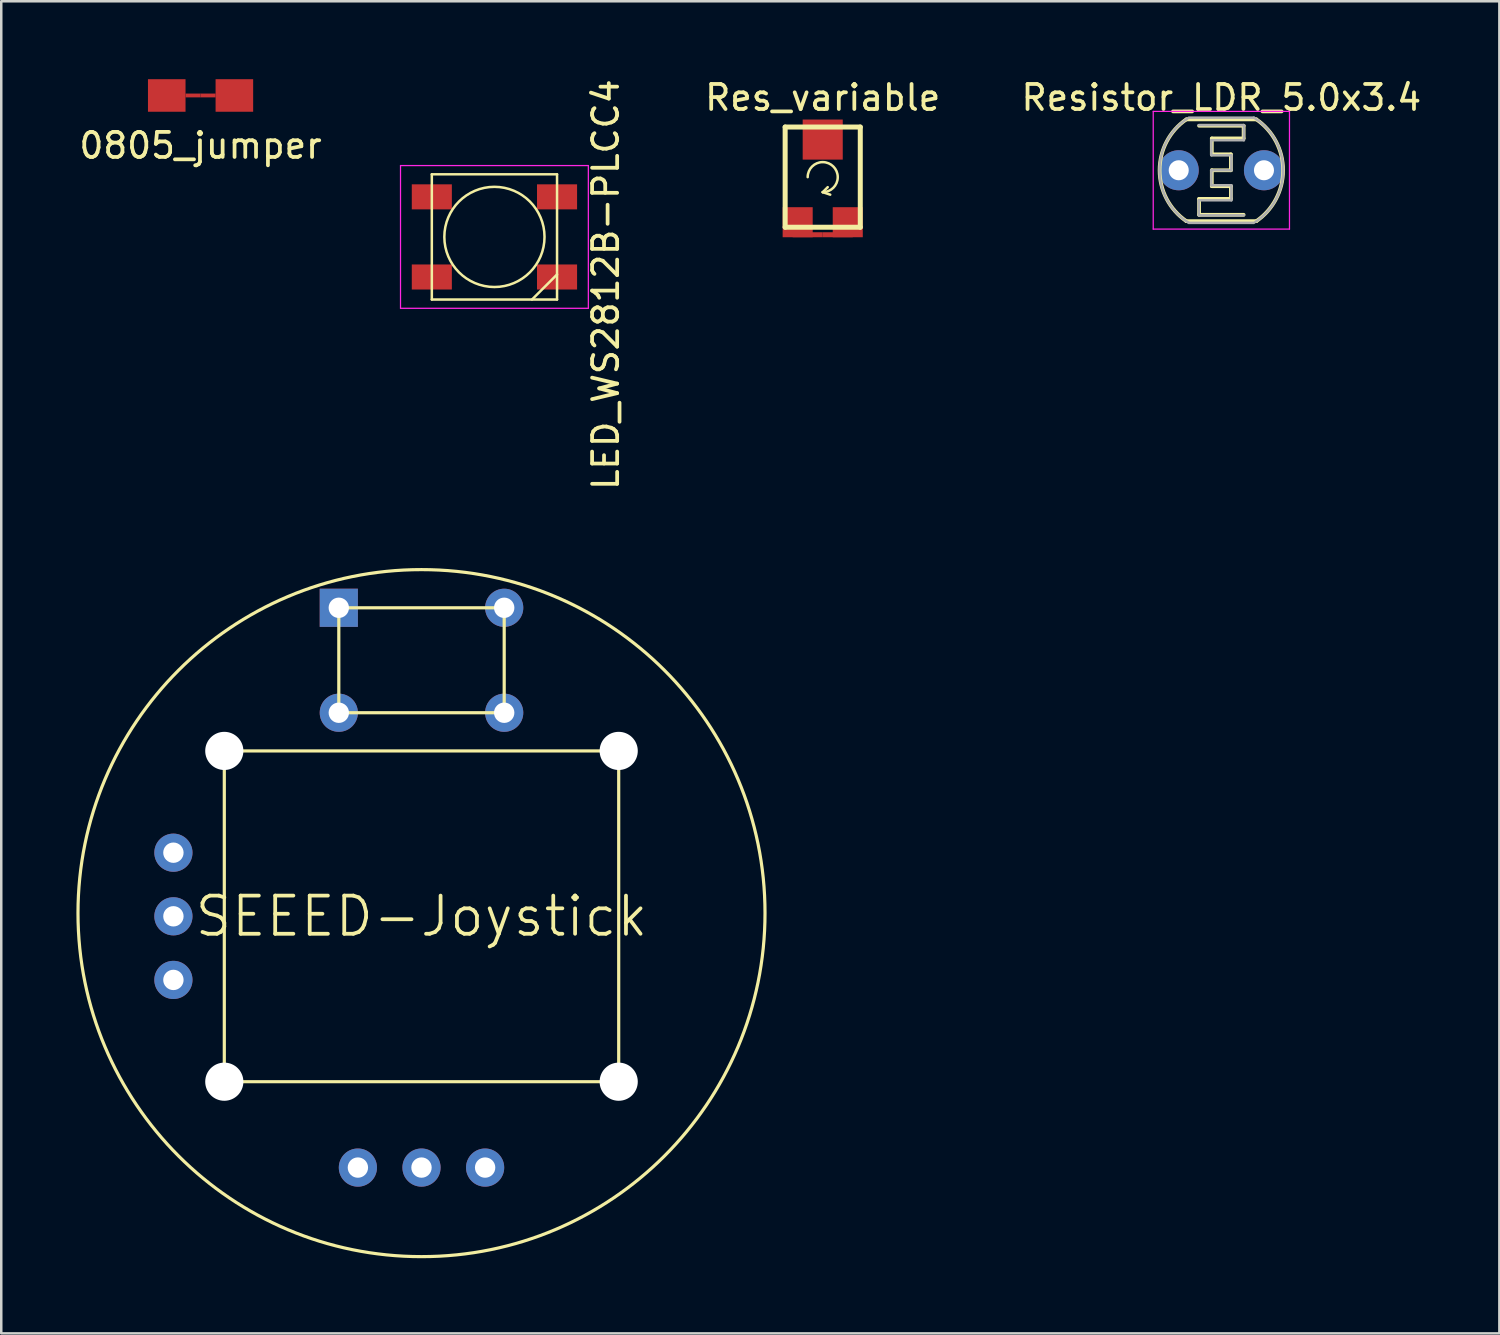
<source format=kicad_pcb>
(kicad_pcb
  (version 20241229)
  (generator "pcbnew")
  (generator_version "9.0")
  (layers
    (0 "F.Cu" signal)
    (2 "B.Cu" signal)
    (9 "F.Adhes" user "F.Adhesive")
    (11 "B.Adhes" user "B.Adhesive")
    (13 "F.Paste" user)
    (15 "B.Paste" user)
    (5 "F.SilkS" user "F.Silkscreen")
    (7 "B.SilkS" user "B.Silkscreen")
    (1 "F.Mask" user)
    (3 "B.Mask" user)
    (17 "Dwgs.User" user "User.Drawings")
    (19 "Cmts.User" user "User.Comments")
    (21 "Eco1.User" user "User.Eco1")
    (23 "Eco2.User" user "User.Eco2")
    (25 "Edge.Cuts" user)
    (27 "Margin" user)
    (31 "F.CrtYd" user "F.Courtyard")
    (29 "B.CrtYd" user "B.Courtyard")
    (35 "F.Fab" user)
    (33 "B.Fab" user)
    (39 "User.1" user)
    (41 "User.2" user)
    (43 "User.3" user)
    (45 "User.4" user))
  (footprint "Res_variable"
    (layer "F.Cu")
    (at 29.8 4.023)
    (property "Reference" "Res_variable" (at 0 -3.175 0) (layer "F.SilkS") (effects (font (size 1 1) (thickness 0.15))))
    (attr through_hole)
    (fp_line (start -1.5 -2) (end 1.5 -2) (stroke (width 0.2) (type solid)) (layer "F.SilkS"))
    (fp_line (start -1.5 2) (end -1.5 -2) (stroke (width 0.2) (type solid)) (layer "F.SilkS"))
    (fp_line (start 0 0.6) (end 0.2 0.4) (stroke (width 0.1) (type solid)) (layer "F.SilkS"))
    (fp_line (start 0 0.6) (end 0.3 0.7) (stroke (width 0.1) (type solid)) (layer "F.SilkS"))
    (fp_line (start 1.5 -2) (end 1.5 2) (stroke (width 0.2) (type solid)) (layer "F.SilkS"))
    (fp_line (start 1.5 2) (end -1.5 2) (stroke (width 0.2) (type solid)) (layer "F.SilkS"))
    (fp_arc (start -0.6 0) (mid 0.424264 -0.424264) (end 0 0.6) (stroke (width 0.1) (type solid)) (layer "F.SilkS"))
    (pad "1" smd rect (at -1 1.8) (size 1.2 1.2) (layers "F.Cu" "F.Mask" "F.Paste"))
    (pad "1" smd rect (at -0.6 2.3) (size 1.2 0.2) (layers "F.Cu" "F.Mask" "F.Paste"))
    (pad "2" smd rect (at 0.6 2.3) (size 1.2 0.2) (layers "F.Cu" "F.Mask" "F.Paste"))
    (pad "2" smd rect (at 1 1.8) (size 1.2 1.2) (layers "F.Cu" "F.Mask" "F.Paste"))
    (pad "3" smd rect (at 0 -1.5) (size 1.6 1.6) (layers "F.Cu" "F.Mask" "F.Paste")))
  (footprint "Resistor_LDR_5.0x3.4"
    (layer "F.Cu")
    (at 45.717 3.748)
    (property "Reference" "Resistor_LDR_5.0x3.4" (at 0 -2.9 0) (layer "F.SilkS") (effects (font (size 1 1) (thickness 0.15))))
    (attr through_hole)
    (fp_line (start -1.397 -2.032) (end 1.397 -2.032) (stroke (width 0.15) (type solid)) (layer "F.SilkS"))
    (fp_line (start -0.889 -1.778) (end 0.889 -1.778) (stroke (width 0.15) (type solid)) (layer "F.SilkS"))
    (fp_line (start -0.889 1.143) (end -0.889 1.778) (stroke (width 0.15) (type solid)) (layer "F.SilkS"))
    (fp_line (start -0.889 1.778) (end 0.889 1.778) (stroke (width 0.15) (type solid)) (layer "F.SilkS"))
    (fp_line (start -0.381 -1.27) (end -0.381 -0.635) (stroke (width 0.15) (type solid)) (layer "F.SilkS"))
    (fp_line (start -0.381 -0.635) (end 0.381 -0.635) (stroke (width 0.15) (type solid)) (layer "F.SilkS"))
    (fp_line (start -0.381 0) (end -0.381 0.635) (stroke (width 0.15) (type solid)) (layer "F.SilkS"))
    (fp_line (start -0.381 0.635) (end 0.381 0.635) (stroke (width 0.15) (type solid)) (layer "F.SilkS"))
    (fp_line (start 0.381 -0.635) (end 0.381 0) (stroke (width 0.15) (type solid)) (layer "F.SilkS"))
    (fp_line (start 0.381 0) (end -0.381 0) (stroke (width 0.15) (type solid)) (layer "F.SilkS"))
    (fp_line (start 0.381 0.635) (end 0.381 1.143) (stroke (width 0.15) (type solid)) (layer "F.SilkS"))
    (fp_line (start 0.381 1.143) (end -0.889 1.143) (stroke (width 0.15) (type solid)) (layer "F.SilkS"))
    (fp_line (start 0.889 -1.778) (end 0.889 -1.27) (stroke (width 0.15) (type solid)) (layer "F.SilkS"))
    (fp_line (start 0.889 -1.27) (end -0.381 -1.27) (stroke (width 0.15) (type solid)) (layer "F.SilkS"))
    (fp_line (start 1.397 2.032) (end -1.397 2.032) (stroke (width 0.15) (type solid)) (layer "F.SilkS"))
    (fp_arc (start -1.397 2.032) (mid -2.465894 0) (end -1.397 -2.032) (stroke (width 0.15) (type solid)) (layer "F.SilkS"))
    (fp_arc (start 1.397 -2.032) (mid 2.465894 0) (end 1.397 2.032) (stroke (width 0.15) (type solid)) (layer "F.SilkS"))
    (fp_line (start -2.72 -2.35) (end -2.72 2.35) (stroke (width 0.05) (type solid)) (layer "F.CrtYd"))
    (fp_line (start -2.72 -2.35) (end 2.72 -2.35) (stroke (width 0.05) (type solid)) (layer "F.CrtYd"))
    (fp_line (start 2.72 2.35) (end -2.72 2.35) (stroke (width 0.05) (type solid)) (layer "F.CrtYd"))
    (fp_line (start 2.72 2.35) (end 2.72 -2.35) (stroke (width 0.05) (type solid)) (layer "F.CrtYd"))
    (fp_line (start -1.3 -2.1) (end 1.3 -2.1) (stroke (width 0.1) (type solid)) (layer "F.Fab"))
    (fp_line (start -0.9 -1.8) (end 0.9 -1.8) (stroke (width 0.1) (type solid)) (layer "F.Fab"))
    (fp_line (start -0.9 1.2) (end -0.9 1.8) (stroke (width 0.1) (type solid)) (layer "F.Fab"))
    (fp_line (start -0.9 1.2) (end 0.4 1.2) (stroke (width 0.1) (type solid)) (layer "F.Fab"))
    (fp_line (start -0.9 1.8) (end 0.9 1.8) (stroke (width 0.1) (type solid)) (layer "F.Fab"))
    (fp_line (start -0.4 -1.2) (end -0.4 -0.6) (stroke (width 0.1) (type solid)) (layer "F.Fab"))
    (fp_line (start -0.4 -1.2) (end 0.9 -1.2) (stroke (width 0.1) (type solid)) (layer "F.Fab"))
    (fp_line (start -0.4 0) (end -0.4 0.6) (stroke (width 0.1) (type solid)) (layer "F.Fab"))
    (fp_line (start -0.4 0) (end 0.4 0) (stroke (width 0.1) (type solid)) (layer "F.Fab"))
    (fp_line (start 0.4 -0.6) (end -0.4 -0.6) (stroke (width 0.1) (type solid)) (layer "F.Fab"))
    (fp_line (start 0.4 -0.6) (end 0.4 0) (stroke (width 0.1) (type solid)) (layer "F.Fab"))
    (fp_line (start 0.4 0.6) (end -0.4 0.6) (stroke (width 0.1) (type solid)) (layer "F.Fab"))
    (fp_line (start 0.4 0.6) (end 0.4 1.2) (stroke (width 0.1) (type solid)) (layer "F.Fab"))
    (fp_line (start 0.9 -1.8) (end 0.9 -1.2) (stroke (width 0.1) (type solid)) (layer "F.Fab"))
    (fp_line (start 1.3 2.1) (end -1.3 2.1) (stroke (width 0.1) (type solid)) (layer "F.Fab"))
    (fp_arc (start -1.3 2.1) (mid -2.469612 0.031921) (end -1.353843 -2.065698) (stroke (width 0.1) (type solid)) (layer "F.Fab"))
    (fp_arc (start 1.3 -2.1) (mid 2.469612 -0.031921) (end 1.353843 2.065698) (stroke (width 0.1) (type solid)) (layer "F.Fab"))
    (pad "1" thru_hole circle (at -1.702 0) (size 1.6 1.6) (drill 0.8) (layers "*.Cu" "*.Mask"))
    (pad "2" thru_hole circle (at 1.702 0) (size 1.6 1.6) (drill 0.8) (layers "*.Cu" "*.Mask")))
  (footprint "LED_WS2812B-PLCC4"
    (layer "F.Cu")
    (at 16.692 6.41)
    (property "Reference" "LED_WS2812B-PLCC4" (at 4.445 1.905 90) (layer "F.SilkS") (effects (font (size 1 1) (thickness 0.15))))
    (attr smd)
    (fp_line (start -2.5 -2.5) (end -2.5 2.5) (stroke (width 0.1) (type solid)) (layer "F.SilkS"))
    (fp_line (start -2.5 2.5) (end 2.5 2.5) (stroke (width 0.1) (type solid)) (layer "F.SilkS"))
    (fp_line (start 2.5 -2.5) (end -2.5 -2.5) (stroke (width 0.1) (type solid)) (layer "F.SilkS"))
    (fp_line (start 2.5 1.5) (end 1.5 2.5) (stroke (width 0.1) (type solid)) (layer "F.SilkS"))
    (fp_line (start 2.5 2.5) (end 2.5 -2.5) (stroke (width 0.1) (type solid)) (layer "F.SilkS"))
    (fp_circle (center 0 0) (end 0 -2) (stroke (width 0.1) (type solid)) (fill no) (layer "F.SilkS"))
    (fp_line (start -3.75 -2.85) (end -3.75 2.85) (stroke (width 0.05) (type solid)) (layer "F.CrtYd"))
    (fp_line (start -3.75 2.85) (end 3.75 2.85) (stroke (width 0.05) (type solid)) (layer "F.CrtYd"))
    (fp_line (start 3.75 -2.85) (end -3.75 -2.85) (stroke (width 0.05) (type solid)) (layer "F.CrtYd"))
    (fp_line (start 3.75 2.85) (end 3.75 -2.85) (stroke (width 0.05) (type solid)) (layer "F.CrtYd"))
    (pad "1" smd rect (at -2.5 -1.6) (size 1.6 1) (layers "F.Cu" "F.Mask" "F.Paste"))
    (pad "2" smd rect (at -2.5 1.6) (size 1.6 1) (layers "F.Cu" "F.Mask" "F.Paste"))
    (pad "3" smd rect (at 2.5 1.6) (size 1.6 1) (layers "F.Cu" "F.Mask" "F.Paste"))
    (pad "4" smd rect (at 2.5 -1.6) (size 1.6 1) (layers "F.Cu" "F.Mask" "F.Paste")))
  (footprint "SEEED-Joystick"
    (layer "F.Cu")
    (at 13.78 33.537)
    (property "Reference" "SEEED-Joystick" (at 0 0 0) (layer "F.SilkS") (effects (font (size 1.524 1.524) (thickness 0.15))))
    (attr through_hole)
    (fp_line (start -7.874 -6.604) (end -7.874 6.604) (stroke (width 0.127) (type solid)) (layer "F.SilkS"))
    (fp_line (start -7.874 -6.604) (end 7.874 -6.604) (stroke (width 0.127) (type solid)) (layer "F.SilkS"))
    (fp_line (start -7.874 6.604) (end 7.874 6.604) (stroke (width 0.127) (type solid)) (layer "F.SilkS"))
    (fp_line (start -3.302 -12.319) (end -3.302 -8.128) (stroke (width 0.127) (type solid)) (layer "F.SilkS"))
    (fp_line (start -3.302 -12.319) (end 3.302 -12.319) (stroke (width 0.127) (type solid)) (layer "F.SilkS"))
    (fp_line (start -3.302 -8.128) (end 3.302 -8.128) (stroke (width 0.127) (type solid)) (layer "F.SilkS"))
    (fp_line (start 3.302 -8.128) (end 3.302 -12.319) (stroke (width 0.127) (type solid)) (layer "F.SilkS"))
    (fp_line (start 7.874 -6.604) (end 7.874 6.604) (stroke (width 0.127) (type solid)) (layer "F.SilkS"))
    (fp_circle (center 0 -0.127) (end 13.716 -0.127) (stroke (width 0.127) (type solid)) (fill no) (layer "F.SilkS"))
    (pad "" np_thru_hole circle (at -7.874 -6.604) (size 1.524 1.524) (drill 1.524) (layers "*.Cu"))
    (pad "" np_thru_hole circle (at -7.874 6.604) (size 1.524 1.524) (drill 1.524) (layers "*.Cu"))
    (pad "" np_thru_hole circle (at 7.874 -6.604) (size 1.524 1.524) (drill 1.524) (layers "*.Cu"))
    (pad "" np_thru_hole circle (at 7.874 6.604) (size 1.524 1.524) (drill 1.524) (layers "*.Cu"))
    (pad "A1" thru_hole rect (at -3.302 -12.319) (size 1.524 1.524) (drill 0.813) (layers "*.Cu" "*.Mask"))
    (pad "A2" thru_hole circle (at 3.302 -12.319) (size 1.524 1.524) (drill 0.813) (layers "*.Cu" "*.Mask"))
    (pad "B1" thru_hole circle (at -3.302 -8.128) (size 1.524 1.524) (drill 0.813) (layers "*.Cu" "*.Mask"))
    (pad "B2" thru_hole circle (at 3.302 -8.128) (size 1.524 1.524) (drill 0.813) (layers "*.Cu" "*.Mask"))
    (pad "C0" thru_hole circle (at -2.54 10.033) (size 1.524 1.524) (drill 0.813) (layers "*.Cu" "*.Mask"))
    (pad "C1" thru_hole circle (at 0 10.033) (size 1.524 1.524) (drill 0.813) (layers "*.Cu" "*.Mask"))
    (pad "C2" thru_hole circle (at 2.54 10.033) (size 1.524 1.524) (drill 0.813) (layers "*.Cu" "*.Mask"))
    (pad "D0" thru_hole circle (at -9.906 -2.54) (size 1.524 1.524) (drill 0.813) (layers "*.Cu" "*.Mask"))
    (pad "D1" thru_hole circle (at -9.906 0) (size 1.524 1.524) (drill 0.813) (layers "*.Cu" "*.Mask"))
    (pad "D2" thru_hole circle (at -9.906 2.54) (size 1.524 1.524) (drill 0.813) (layers "*.Cu" "*.Mask")))
  (footprint "0805_jumper"
    (layer "F.Cu")
    (at 4.958 0.762)
    (property "Reference" "0805_jumper" (at 0 2 0) (layer "F.SilkS") (effects (font (size 1 1) (thickness 0.15))))
    (attr through_hole)
    (pad "" smd rect (at 0 0) (size 1.524 1.524) (layers "F.Mask"))
    (pad "1" smd rect (at -1.35 0) (size 1.5 1.3) (layers "F.Cu" "F.Mask" "F.Paste"))
    (pad "1" smd rect (at -0.3 0) (size 0.6 0.152) (layers "F.Cu" "F.Mask" "F.Paste"))
    (pad "2" smd rect (at 0.3 0) (size 0.6 0.152) (layers "F.Cu" "F.Mask" "F.Paste"))
    (pad "2" smd rect (at 1.35 0) (size 1.5 1.3) (layers "F.Cu" "F.Mask" "F.Paste")))
  (gr_rect
    (start -3 -3)
    (end 56.818 50.19)
    (stroke (width 0.1) (type default))
    (fill no)
    (layer "Edge.Cuts")))
</source>
